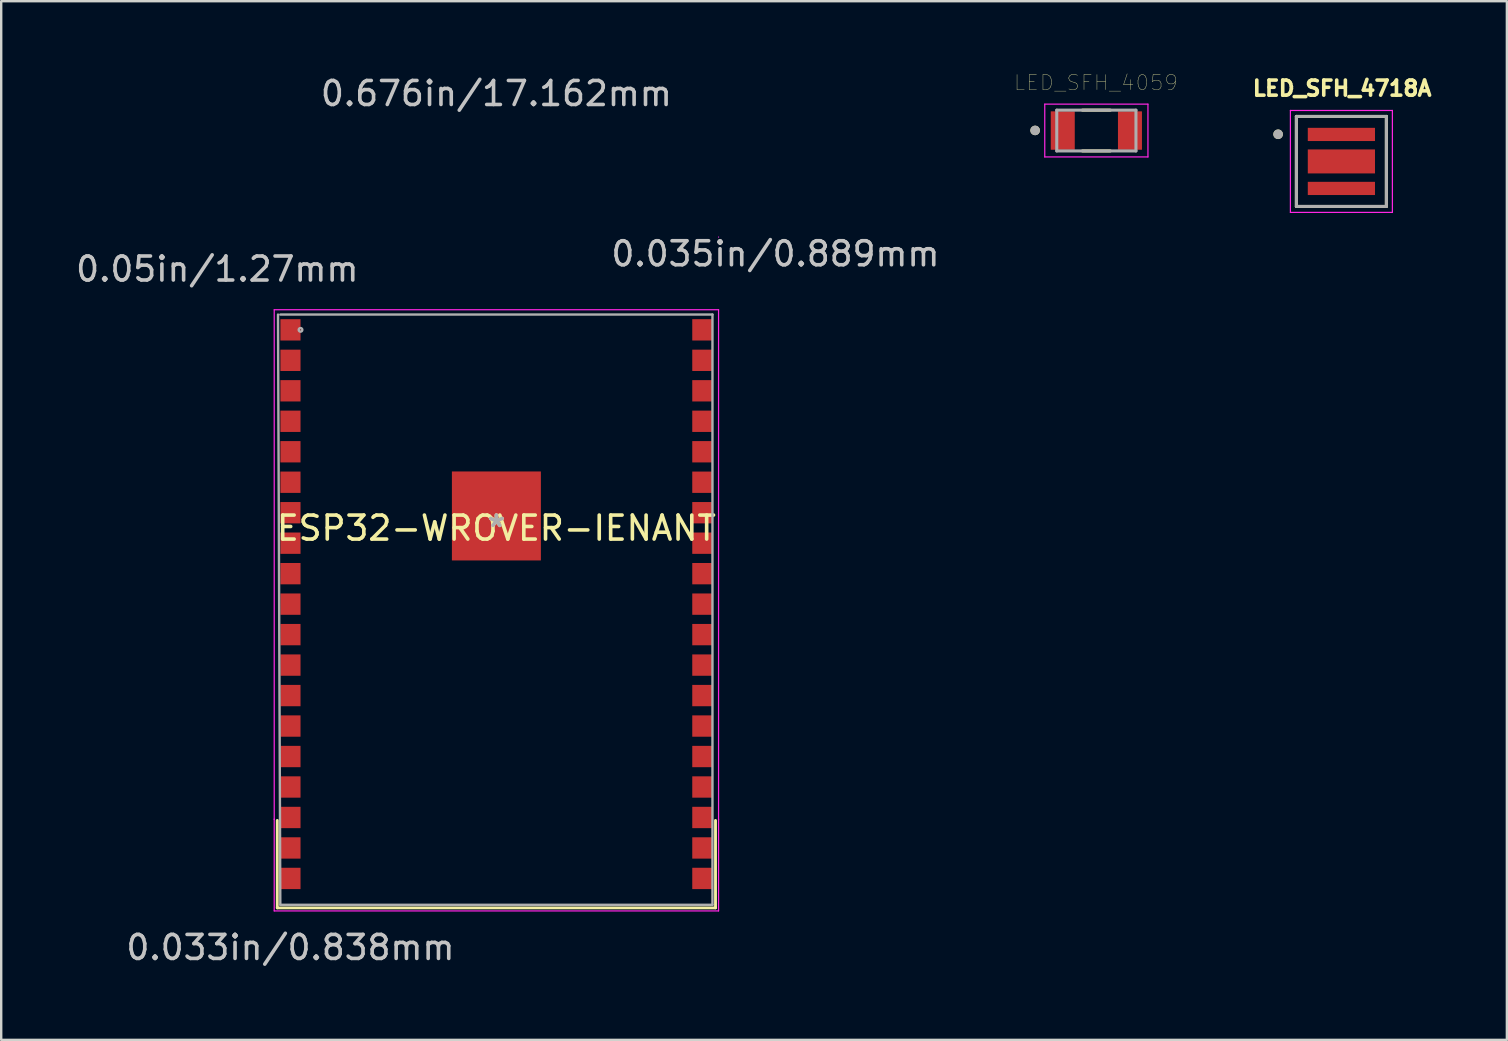
<source format=kicad_pcb>
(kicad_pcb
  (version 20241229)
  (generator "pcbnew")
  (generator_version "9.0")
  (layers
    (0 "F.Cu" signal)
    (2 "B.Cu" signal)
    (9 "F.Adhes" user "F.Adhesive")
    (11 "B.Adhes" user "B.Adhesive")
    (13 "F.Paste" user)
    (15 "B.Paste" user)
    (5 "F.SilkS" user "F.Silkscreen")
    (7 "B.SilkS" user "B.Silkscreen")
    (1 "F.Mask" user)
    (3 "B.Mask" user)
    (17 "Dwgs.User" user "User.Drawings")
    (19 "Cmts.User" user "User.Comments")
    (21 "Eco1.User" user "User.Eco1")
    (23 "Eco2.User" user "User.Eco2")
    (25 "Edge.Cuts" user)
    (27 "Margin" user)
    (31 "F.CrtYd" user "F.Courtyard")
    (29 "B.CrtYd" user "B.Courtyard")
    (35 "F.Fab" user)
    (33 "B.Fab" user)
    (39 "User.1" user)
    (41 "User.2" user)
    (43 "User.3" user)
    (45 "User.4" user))
  (footprint "LED_SFH_4718A"
    (layer "F.Cu")
    (at 52.847 3.677)
    (property "Reference" "LED_SFH_4718A" (at 0.03 -3.045 0) (layer "F.SilkS") (effects (font (size 0.63 0.63) (thickness 0.15))))
    (attr through_hole)
    (fp_poly (pts (xy -1.4 -1.4) (xy 1.4 -1.4) (xy 1.4 -0.85) (xy -1.4 -0.85)) (stroke (width 0.01) (type solid)) (fill yes) (layer "F.Mask"))
    (fp_poly (pts (xy -1.4 -0.5) (xy 1.4 -0.5) (xy 1.4 0.5) (xy -1.4 0.5)) (stroke (width 0.01) (type solid)) (fill yes) (layer "F.Mask"))
    (fp_poly (pts (xy -1.4 0.85) (xy 1.4 0.85) (xy 1.4 1.4) (xy -1.4 1.4)) (stroke (width 0.01) (type solid)) (fill yes) (layer "F.Mask"))
    (fp_line (start -1.875 -1.875) (end -1.875 1.875) (stroke (width 0.127) (type solid)) (layer "F.SilkS"))
    (fp_line (start -1.875 1.875) (end 1.875 1.875) (stroke (width 0.127) (type solid)) (layer "F.SilkS"))
    (fp_line (start 1.875 -1.875) (end -1.875 -1.875) (stroke (width 0.127) (type solid)) (layer "F.SilkS"))
    (fp_line (start 1.875 1.875) (end 1.875 -1.875) (stroke (width 0.127) (type solid)) (layer "F.SilkS"))
    (fp_circle (center -2.637 -1.132) (end -2.537 -1.132) (stroke (width 0.2) (type solid)) (fill no) (layer "F.SilkS"))
    (fp_poly (pts (xy -1.3 -1.3) (xy 1.3 -1.3) (xy 1.3 -0.9) (xy -1.3 -0.9)) (stroke (width 0.01) (type solid)) (fill yes) (layer "F.Paste"))
    (fp_poly (pts (xy -1.3 -0.45) (xy -0.15 -0.45) (xy -0.15 0.45) (xy -1.3 0.45)) (stroke (width 0.01) (type solid)) (fill yes) (layer "F.Paste"))
    (fp_poly (pts (xy -1.3 0.9) (xy 1.3 0.9) (xy 1.3 1.3) (xy -1.3 1.3)) (stroke (width 0.01) (type solid)) (fill yes) (layer "F.Paste"))
    (fp_poly (pts (xy 0.15 -0.45) (xy 1.3 -0.45) (xy 1.3 0.45) (xy 0.15 0.45)) (stroke (width 0.01) (type solid)) (fill yes) (layer "F.Paste"))
    (fp_line (start -2.125 -2.125) (end -2.125 2.125) (stroke (width 0.05) (type solid)) (layer "F.CrtYd"))
    (fp_line (start -2.125 2.125) (end 2.125 2.125) (stroke (width 0.05) (type solid)) (layer "F.CrtYd"))
    (fp_line (start 2.125 -2.125) (end -2.125 -2.125) (stroke (width 0.05) (type solid)) (layer "F.CrtYd"))
    (fp_line (start 2.125 2.125) (end 2.125 -2.125) (stroke (width 0.05) (type solid)) (layer "F.CrtYd"))
    (fp_line (start -1.875 -1.875) (end -1.875 1.875) (stroke (width 0.127) (type solid)) (layer "F.Fab"))
    (fp_line (start -1.875 1.875) (end 1.875 1.875) (stroke (width 0.127) (type solid)) (layer "F.Fab"))
    (fp_line (start 1.875 -1.875) (end -1.875 -1.875) (stroke (width 0.127) (type solid)) (layer "F.Fab"))
    (fp_line (start 1.875 1.875) (end 1.875 -1.875) (stroke (width 0.127) (type solid)) (layer "F.Fab"))
    (fp_circle (center -2.637 -1.132) (end -2.537 -1.132) (stroke (width 0.2) (type solid)) (fill no) (layer "F.Fab"))
    (pad "A" smd rect (at 0 0) (size 2.8 1) (layers "F.Cu"))
    (pad "A" smd rect (at 0 1.125) (size 2.8 0.55) (layers "F.Cu"))
    (pad "C" smd rect (at 0 -1.125) (size 2.8 0.55) (layers "F.Cu")))
  (footprint "LED_SFH_4059"
    (layer "F.Cu")
    (at 42.636 2.39)
    (property "Reference" "LED_SFH_4059" (at -0.02 -1.995 0) (layer "F.SilkS") (effects (font (size 0.63 0.63) (thickness 0.015))))
    (attr through_hole)
    (fp_poly (pts (xy -1.9 -0.8) (xy -0.9 -0.8) (xy -0.9 0.8) (xy -1.9 0.8)) (stroke (width 0.01) (type solid)) (fill yes) (layer "F.Mask"))
    (fp_poly (pts (xy 0.9 -0.8) (xy 1.9 -0.8) (xy 1.9 0.8) (xy 0.9 0.8)) (stroke (width 0.01) (type solid)) (fill yes) (layer "F.Mask"))
    (fp_line (start -0.58 -0.85) (end 0.58 -0.85) (stroke (width 0.127) (type solid)) (layer "F.SilkS"))
    (fp_line (start 0.58 0.85) (end -0.58 0.85) (stroke (width 0.127) (type solid)) (layer "F.SilkS"))
    (fp_circle (center -2.552 -0.005) (end -2.452 -0.005) (stroke (width 0.2) (type solid)) (fill no) (layer "F.SilkS"))
    (fp_poly (pts (xy -1.85 -0.75) (xy -0.95 -0.75) (xy -0.95 0.75) (xy -1.85 0.75)) (stroke (width 0.01) (type solid)) (fill yes) (layer "F.Paste"))
    (fp_poly (pts (xy 0.95 -0.75) (xy 1.85 -0.75) (xy 1.85 0.75) (xy 0.95 0.75)) (stroke (width 0.01) (type solid)) (fill yes) (layer "F.Paste"))
    (fp_line (start -2.15 -1.1) (end 2.15 -1.1) (stroke (width 0.05) (type solid)) (layer "F.CrtYd"))
    (fp_line (start -2.15 1.1) (end -2.15 -1.1) (stroke (width 0.05) (type solid)) (layer "F.CrtYd"))
    (fp_line (start 2.15 -1.1) (end 2.15 1.1) (stroke (width 0.05) (type solid)) (layer "F.CrtYd"))
    (fp_line (start 2.15 1.1) (end -2.15 1.1) (stroke (width 0.05) (type solid)) (layer "F.CrtYd"))
    (fp_line (start -1.65 -0.85) (end 1.65 -0.85) (stroke (width 0.127) (type solid)) (layer "F.Fab"))
    (fp_line (start -1.65 0.85) (end -1.65 -0.85) (stroke (width 0.127) (type solid)) (layer "F.Fab"))
    (fp_line (start 1.65 -0.85) (end 1.65 0.85) (stroke (width 0.127) (type solid)) (layer "F.Fab"))
    (fp_line (start 1.65 0.85) (end -1.65 0.85) (stroke (width 0.127) (type solid)) (layer "F.Fab"))
    (fp_circle (center -2.552 -0.005) (end -2.452 -0.005) (stroke (width 0.2) (type solid)) (fill no) (layer "F.Fab"))
    (pad "1" smd rect (at -1.4 0) (size 1 1.6) (layers "F.Cu"))
    (pad "2" smd rect (at 1.4 0) (size 1 1.6) (layers "F.Cu")))
  (footprint "ESP32-WROVER-IENANT"
    (layer "F.Cu")
    (at 17.635 18.958)
    (property "Reference" "ESP32-WROVER-IENANT" (at 0 0 180) (layer "F.SilkS") (effects (font (size 1 1) (thickness 0.15))))
    (attr through_hole)
    (fp_line (start -9.131 12.18) (end -9.131 15.824) (stroke (width 0.12) (type solid)) (layer "F.SilkS"))
    (fp_line (start -9.131 15.824) (end 9.131 15.824) (stroke (width 0.12) (type solid)) (layer "F.SilkS"))
    (fp_line (start 9.131 15.824) (end 9.131 12.18) (stroke (width 0.12) (type solid)) (layer "F.SilkS"))
    (fp_line (start -9.258 -9.1) (end 9.258 -9.1) (stroke (width 0.05) (type solid)) (layer "F.CrtYd"))
    (fp_line (start -9.258 12.129) (end -9.258 -9.1) (stroke (width 0.05) (type solid)) (layer "F.CrtYd"))
    (fp_line (start -9.258 12.129) (end -9.258 12.129) (stroke (width 0.05) (type solid)) (layer "F.CrtYd"))
    (fp_line (start -9.258 15.951) (end -9.258 12.129) (stroke (width 0.05) (type solid)) (layer "F.CrtYd"))
    (fp_line (start 9.258 -12.129) (end 9.258 -12.129) (stroke (width 0.05) (type solid)) (layer "F.CrtYd"))
    (fp_line (start 9.258 -9.1) (end 9.258 12.129) (stroke (width 0.05) (type solid)) (layer "F.CrtYd"))
    (fp_line (start 9.258 12.129) (end 9.258 12.129) (stroke (width 0.05) (type solid)) (layer "F.CrtYd"))
    (fp_line (start 9.258 12.129) (end 9.258 15.951) (stroke (width 0.05) (type solid)) (layer "F.CrtYd"))
    (fp_line (start 9.258 15.951) (end -9.258 15.951) (stroke (width 0.05) (type solid)) (layer "F.CrtYd"))
    (fp_line (start -9.1 -8.9) (end -9.004 15.697) (stroke (width 0.1) (type solid)) (layer "F.Fab"))
    (fp_line (start -9.004 15.697) (end 9.004 15.697) (stroke (width 0.1) (type solid)) (layer "F.Fab"))
    (fp_line (start 9.004 -8.9) (end -9.004 -8.9) (stroke (width 0.1) (type solid)) (layer "F.Fab"))
    (fp_line (start 9.004 15.697) (end 9.004 -8.9) (stroke (width 0.1) (type solid)) (layer "F.Fab"))
    (fp_circle (center -8.162 -8.263) (end -8.086 -8.263) (stroke (width 0.1) (type solid)) (fill no) (layer "F.Fab"))
    (fp_text user "*" (at 0 0 180) (layer "F.SilkS") (effects (font (size 1 1) (thickness 0.15))))
    (fp_text user "0.676in/17.162mm" (at 0 -18.11 180) (layer "Dwgs.User") (effects (font (size 1 1) (thickness 0.15))))
    (fp_text user "0.035in/0.889mm" (at 11.629 -11.43 180) (layer "Dwgs.User") (effects (font (size 1 1) (thickness 0.15))))
    (fp_text user "0.05in/1.27mm" (at -11.629 -10.795 180) (layer "Dwgs.User") (effects (font (size 1 1) (thickness 0.15))))
    (fp_text user "0.033in/0.838mm" (at -8.581 17.475 180) (layer "Dwgs.User") (effects (font (size 1 1) (thickness 0.15))))
    (fp_text user "Copyright 2021 Accelerated Designs. All rights reserved." (at 0 0 180) (layer "Cmts.User") (effects (font (size 0.127 0.127) (thickness 0.002))))
    (fp_text user "*" (at 0 0 180) (layer "F.Fab") (effects (font (size 1 1) (thickness 0.15))))
    (pad "1" smd rect (at -8.581 -8.263) (size 0.838 0.889) (layers "F.Cu" "F.Mask" "F.Paste"))
    (pad "2" smd rect (at -8.581 -6.993) (size 0.838 0.889) (layers "F.Cu" "F.Mask" "F.Paste"))
    (pad "3" smd rect (at -8.581 -5.723) (size 0.838 0.889) (layers "F.Cu" "F.Mask" "F.Paste"))
    (pad "4" smd rect (at -8.581 -4.453) (size 0.838 0.889) (layers "F.Cu" "F.Mask" "F.Paste"))
    (pad "5" smd rect (at -8.581 -3.183) (size 0.838 0.889) (layers "F.Cu" "F.Mask" "F.Paste"))
    (pad "6" smd rect (at -8.581 -1.913) (size 0.838 0.889) (layers "F.Cu" "F.Mask" "F.Paste"))
    (pad "7" smd rect (at -8.581 -0.643) (size 0.838 0.889) (layers "F.Cu" "F.Mask" "F.Paste"))
    (pad "8" smd rect (at -8.581 0.627) (size 0.838 0.889) (layers "F.Cu" "F.Mask" "F.Paste"))
    (pad "9" smd rect (at -8.581 1.897) (size 0.838 0.889) (layers "F.Cu" "F.Mask" "F.Paste"))
    (pad "10" smd rect (at -8.581 3.167) (size 0.838 0.889) (layers "F.Cu" "F.Mask" "F.Paste"))
    (pad "11" smd rect (at -8.581 4.437) (size 0.838 0.889) (layers "F.Cu" "F.Mask" "F.Paste"))
    (pad "12" smd rect (at -8.581 5.707) (size 0.838 0.889) (layers "F.Cu" "F.Mask" "F.Paste"))
    (pad "13" smd rect (at -8.581 6.977) (size 0.838 0.889) (layers "F.Cu" "F.Mask" "F.Paste"))
    (pad "14" smd rect (at -8.581 8.247) (size 0.838 0.889) (layers "F.Cu" "F.Mask" "F.Paste"))
    (pad "15" smd rect (at -8.581 9.517) (size 0.838 0.889) (layers "F.Cu" "F.Mask" "F.Paste"))
    (pad "16" smd rect (at -8.581 10.787) (size 0.838 0.889) (layers "F.Cu" "F.Mask" "F.Paste"))
    (pad "17" smd rect (at -8.581 12.057) (size 0.838 0.889) (layers "F.Cu" "F.Mask" "F.Paste"))
    (pad "18" smd rect (at -8.581 13.327) (size 0.838 0.889) (layers "F.Cu" "F.Mask" "F.Paste"))
    (pad "19" smd rect (at -8.581 14.597) (size 0.838 0.889) (layers "F.Cu" "F.Mask" "F.Paste"))
    (pad "20" smd rect (at 8.581 14.597) (size 0.838 0.889) (layers "F.Cu" "F.Mask" "F.Paste"))
    (pad "21" smd rect (at 8.581 13.327) (size 0.838 0.889) (layers "F.Cu" "F.Mask" "F.Paste"))
    (pad "22" smd rect (at 8.581 12.057) (size 0.838 0.889) (layers "F.Cu" "F.Mask" "F.Paste"))
    (pad "23" smd rect (at 8.581 10.787) (size 0.838 0.889) (layers "F.Cu" "F.Mask" "F.Paste"))
    (pad "24" smd rect (at 8.581 9.517) (size 0.838 0.889) (layers "F.Cu" "F.Mask" "F.Paste"))
    (pad "25" smd rect (at 8.581 8.247) (size 0.838 0.889) (layers "F.Cu" "F.Mask" "F.Paste"))
    (pad "26" smd rect (at 8.581 6.977) (size 0.838 0.889) (layers "F.Cu" "F.Mask" "F.Paste"))
    (pad "27" smd rect (at 8.581 5.707) (size 0.838 0.889) (layers "F.Cu" "F.Mask" "F.Paste"))
    (pad "28" smd rect (at 8.581 4.437) (size 0.838 0.889) (layers "F.Cu" "F.Mask" "F.Paste"))
    (pad "29" smd rect (at 8.581 3.167) (size 0.838 0.889) (layers "F.Cu" "F.Mask" "F.Paste"))
    (pad "30" smd rect (at 8.581 1.897) (size 0.838 0.889) (layers "F.Cu" "F.Mask" "F.Paste"))
    (pad "31" smd rect (at 8.581 0.627) (size 0.838 0.889) (layers "F.Cu" "F.Mask" "F.Paste"))
    (pad "32" smd rect (at 8.581 -0.643) (size 0.838 0.889) (layers "F.Cu" "F.Mask" "F.Paste"))
    (pad "33" smd rect (at 8.581 -1.913) (size 0.838 0.889) (layers "F.Cu" "F.Mask" "F.Paste"))
    (pad "34" smd rect (at 8.581 -3.183) (size 0.838 0.889) (layers "F.Cu" "F.Mask" "F.Paste"))
    (pad "35" smd rect (at 8.581 -4.453) (size 0.838 0.889) (layers "F.Cu" "F.Mask" "F.Paste"))
    (pad "36" smd rect (at 8.581 -5.723) (size 0.838 0.889) (layers "F.Cu" "F.Mask" "F.Paste"))
    (pad "37" smd rect (at 8.581 -6.993) (size 0.838 0.889) (layers "F.Cu" "F.Mask" "F.Paste"))
    (pad "38" smd rect (at 8.581 -8.263) (size 0.838 0.889) (layers "F.Cu" "F.Mask" "F.Paste"))
    (pad "39" smd rect (at 0 -0.508) (size 3.708 3.708) (layers "F.Cu" "F.Mask" "F.Paste")))
  (gr_rect
    (start -3 -3)
    (end 59.743 40.282)
    (stroke (width 0.1) (type default))
    (fill no)
    (layer "Edge.Cuts")))
</source>
